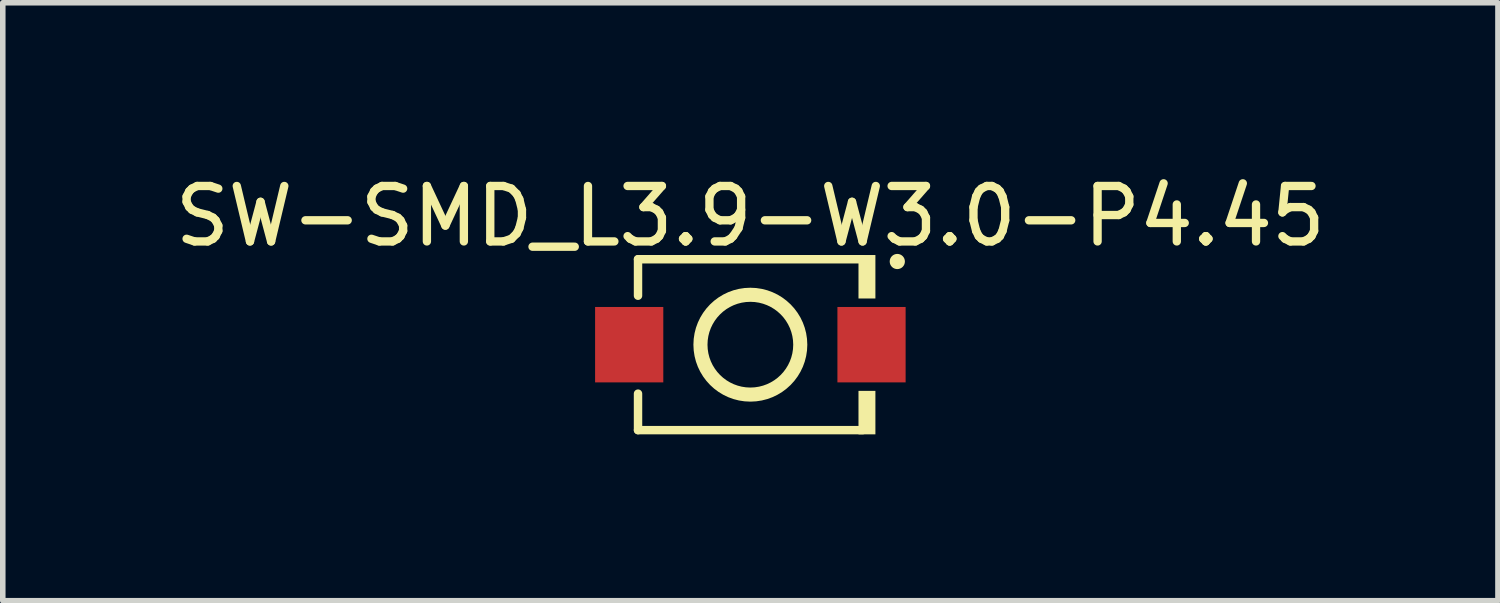
<source format=kicad_pcb>
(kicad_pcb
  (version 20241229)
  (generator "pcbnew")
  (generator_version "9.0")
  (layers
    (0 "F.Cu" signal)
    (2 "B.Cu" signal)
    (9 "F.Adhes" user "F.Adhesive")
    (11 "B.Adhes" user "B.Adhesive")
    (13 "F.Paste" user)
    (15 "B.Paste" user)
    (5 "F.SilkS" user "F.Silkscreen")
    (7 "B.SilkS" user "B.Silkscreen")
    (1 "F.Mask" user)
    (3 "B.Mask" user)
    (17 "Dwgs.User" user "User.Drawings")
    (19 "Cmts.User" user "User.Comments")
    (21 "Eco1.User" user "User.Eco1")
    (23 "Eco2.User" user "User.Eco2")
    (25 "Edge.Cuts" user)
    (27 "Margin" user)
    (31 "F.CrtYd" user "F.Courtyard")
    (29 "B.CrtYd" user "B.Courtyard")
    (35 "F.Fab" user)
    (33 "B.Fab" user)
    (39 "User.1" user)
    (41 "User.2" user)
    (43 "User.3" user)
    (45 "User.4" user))
  (footprint "SW-SMD_L3.9-W3.0-P4.45"
    (layer "F.Cu")
    (at 10.482 3.166)
    (property "Reference" "SW-SMD_L3.9-W3.0-P4.45" (at 0 -2.317 0) (layer "F.SilkS") (effects (font (size 1 1) (thickness 0.15))))
    (fp_line (start -2.026 -1.541) (end -2.026 -0.883) (stroke (width 0.152) (type default)) (layer "F.SilkS"))
    (fp_line (start -2.026 1.541) (end -2.026 0.883) (stroke (width 0.152) (type default)) (layer "F.SilkS"))
    (fp_line (start 2.026 -1.541) (end -2.026 -1.541) (stroke (width 0.152) (type default)) (layer "F.SilkS"))
    (fp_line (start 2.026 1.541) (end -2.026 1.541) (stroke (width 0.152) (type default)) (layer "F.SilkS"))
    (fp_circle (center 0 0) (end 0.9 0) (stroke (width 0.254) (type default)) (fill no) (layer "F.SilkS"))
    (fp_circle (center 2.65 -1.5) (end 2.762 -1.5) (stroke (width 0.05) (type solid)) (fill yes) (layer "F.SilkS"))
    (fp_poly (pts (xy 1.95 -1.617) (xy 1.95 -0.833) (xy 2.255 -0.833) (xy 2.255 -1.617)) (stroke (width 0) (type default)) (fill yes) (layer "F.SilkS"))
    (fp_poly (pts (xy 1.95 1.617) (xy 1.95 0.833) (xy 2.255 0.833) (xy 2.255 1.617)) (stroke (width 0) (type default)) (fill yes) (layer "F.SilkS"))
    (fp_line (start -1.95 -1.465) (end 1.95 -1.465) (stroke (width 0.051) (type default)) (layer "User.2"))
    (fp_line (start -1.95 1.465) (end -1.95 -1.465) (stroke (width 0.051) (type default)) (layer "User.2"))
    (fp_line (start 1.95 -1.465) (end 1.95 1.465) (stroke (width 0.051) (type default)) (layer "User.2"))
    (fp_line (start 1.95 1.465) (end -1.95 1.465) (stroke (width 0.051) (type default)) (layer "User.2"))
    (pad "1" smd rect (at -2.185 0) (size 1.23 1.36) (layers "F.Cu" "F.Mask" "F.Paste"))
    (pad "2" smd rect (at 2.185 0) (size 1.23 1.36) (layers "F.Cu" "F.Mask" "F.Paste")))
  (gr_rect
    (start -3 -3)
    (end 23.964 7.783)
    (stroke (width 0.1) (type default))
    (fill no)
    (layer "Edge.Cuts")))
</source>
